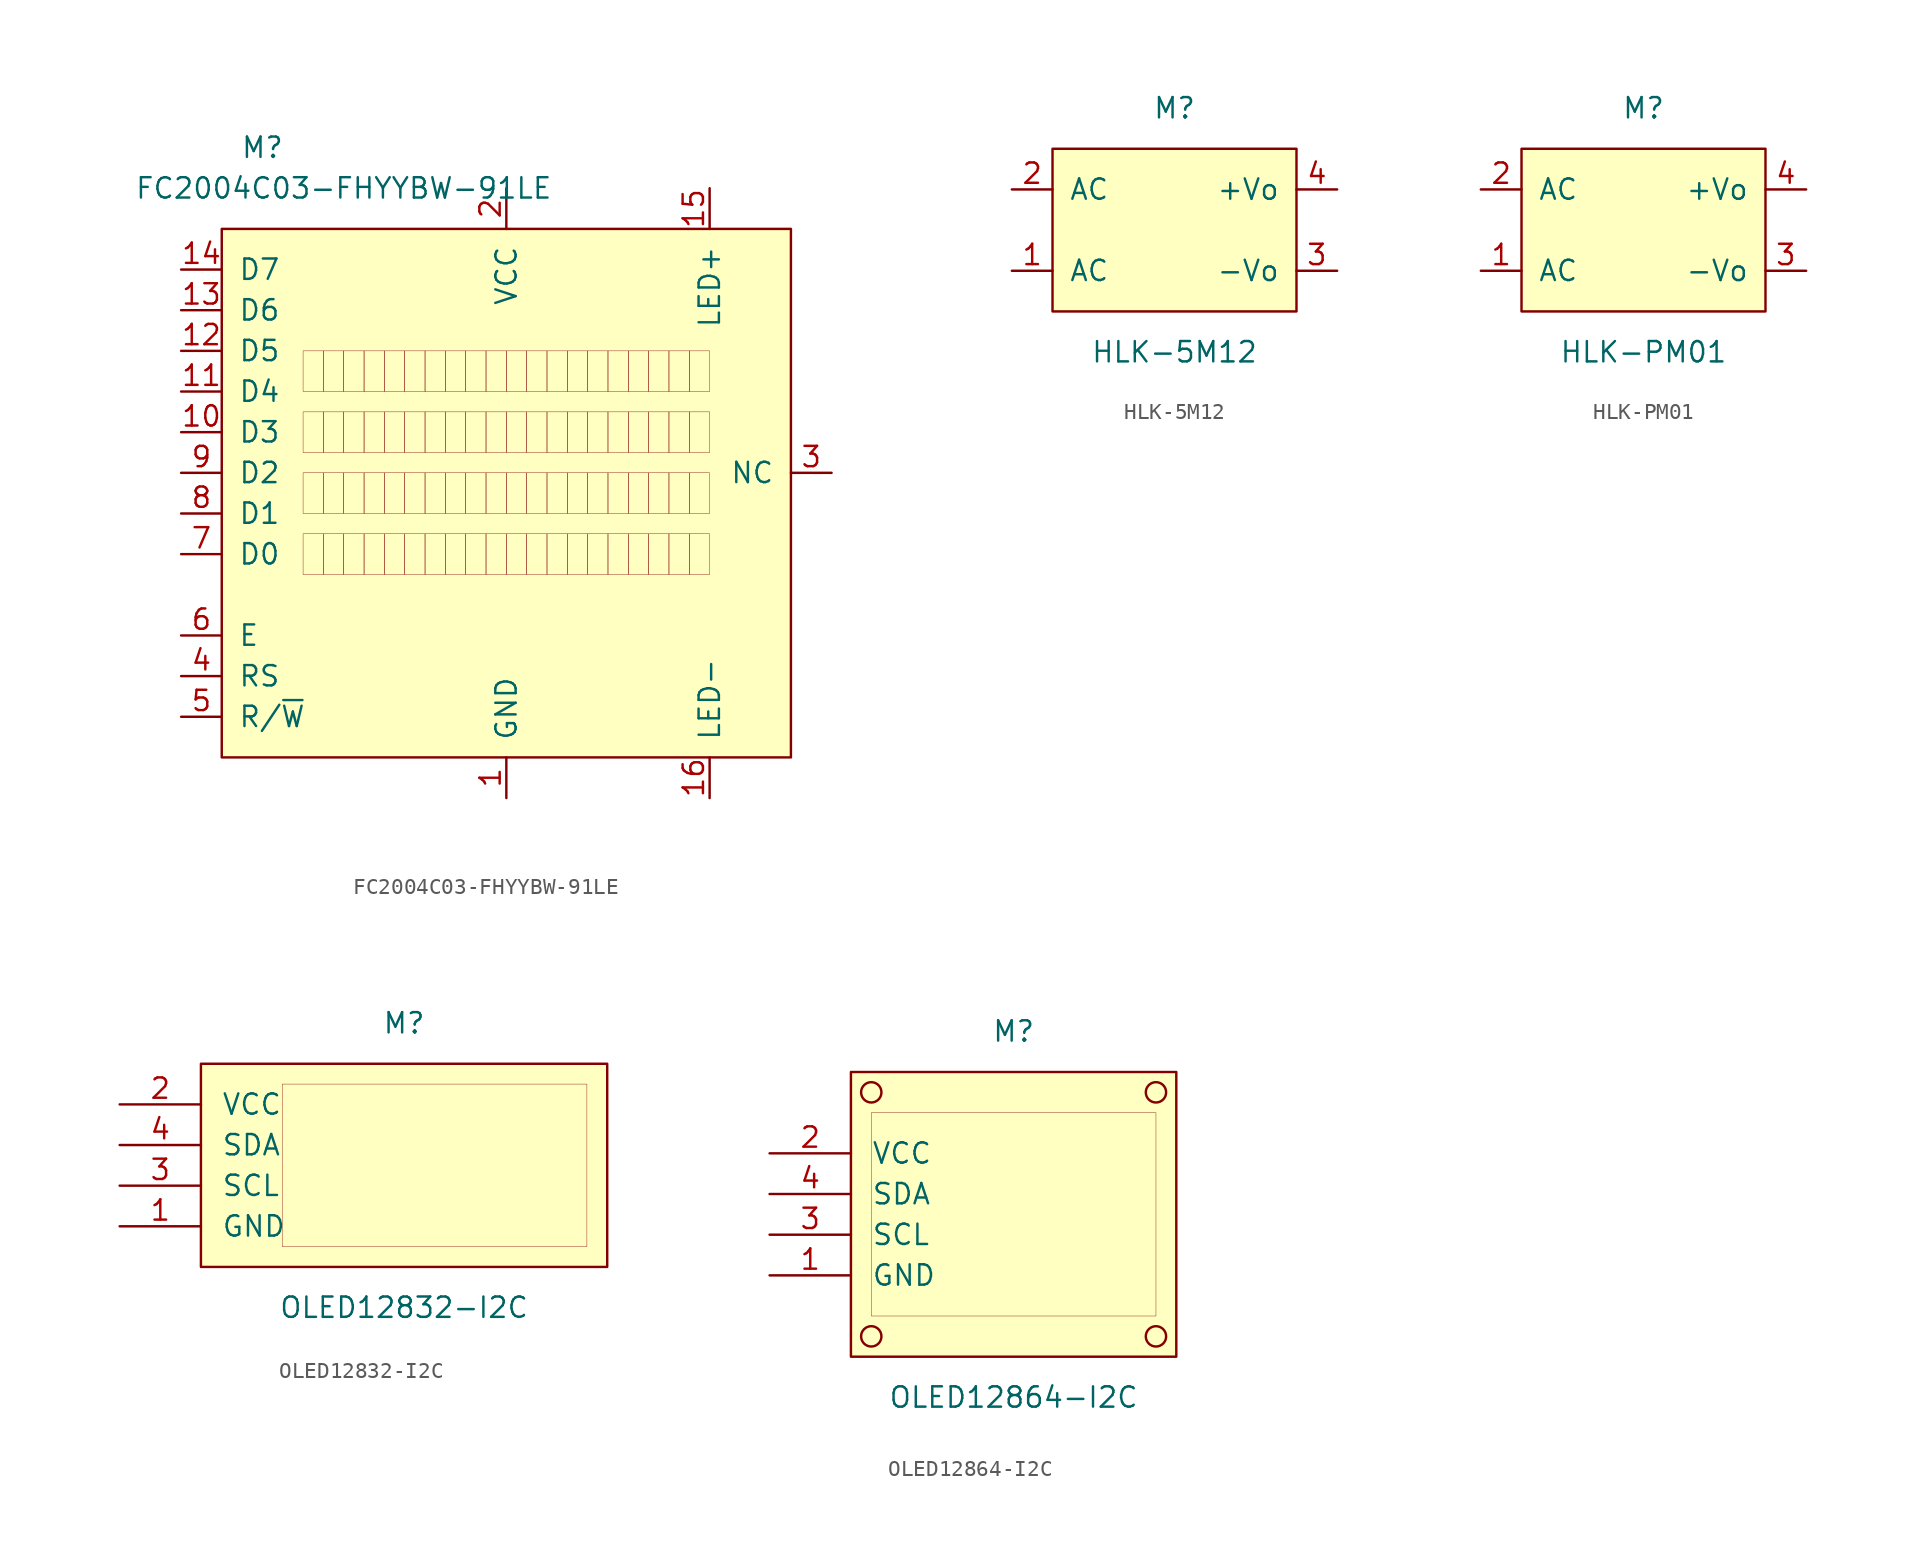
<source format=kicad_sym>
(kicad_symbol_lib
  (version 20211014)
  (generator kicad_symbol_editor)
  (symbol "FC2004C03-FHYYBW-91LE"
    (pin_names
      (offset 1.016))
    (property "Reference" "M"
      (at -15.24 20.32 0)
      (effects (font (size 1.27 1.27))))
    (property "Value" "FC2004C03-FHYYBW-91LE"
      (at -10.16 17.78 0)
      (effects (font (size 1.27 1.27))))
    (symbol "FC2004C03-FHYYBW-91LE_0_0"
      (pin power_in line (at 0 -20.32 90) (length 2.54) (name "GND" (effects (font (size 1.27 1.27)))) (number "1" (effects (font (size 1.27 1.27)))))
      (pin bidirectional line (at -20.32 2.54 0) (length 2.54) (name "D3" (effects (font (size 1.27 1.27)))) (number "10" (effects (font (size 1.27 1.27)))))
      (pin bidirectional line (at -20.32 5.08 0) (length 2.54) (name "D4" (effects (font (size 1.27 1.27)))) (number "11" (effects (font (size 1.27 1.27)))))
      (pin bidirectional line (at -20.32 7.62 0) (length 2.54) (name "D5" (effects (font (size 1.27 1.27)))) (number "12" (effects (font (size 1.27 1.27)))))
      (pin bidirectional line (at -20.32 10.16 0) (length 2.54) (name "D6" (effects (font (size 1.27 1.27)))) (number "13" (effects (font (size 1.27 1.27)))))
      (pin bidirectional line (at -20.32 12.7 0) (length 2.54) (name "D7" (effects (font (size 1.27 1.27)))) (number "14" (effects (font (size 1.27 1.27)))))
      (pin input line (at 12.7 17.78 270) (length 2.54) (name "LED+" (effects (font (size 1.27 1.27)))) (number "15" (effects (font (size 1.27 1.27)))))
      (pin input line (at 12.7 -20.32 90) (length 2.54) (name "LED-" (effects (font (size 1.27 1.27)))) (number "16" (effects (font (size 1.27 1.27)))))
      (pin power_in line (at 0 17.78 270) (length 2.54) (name "VCC" (effects (font (size 1.27 1.27)))) (number "2" (effects (font (size 1.27 1.27)))))
      (pin input line (at 20.32 0 180) (length 2.54) (name "NC" (effects (font (size 1.27 1.27)))) (number "3" (effects (font (size 1.27 1.27)))))
      (pin input line (at -20.32 -12.7 0) (length 2.54) (name "RS" (effects (font (size 1.27 1.27)))) (number "4" (effects (font (size 1.27 1.27)))))
      (pin input line (at -20.32 -15.24 0) (length 2.54) (name "R/~{W}" (effects (font (size 1.27 1.27)))) (number "5" (effects (font (size 1.27 1.27)))))
      (pin input line (at -20.32 -10.16 0) (length 2.54) (name "E" (effects (font (size 1.27 1.27)))) (number "6" (effects (font (size 1.27 1.27)))))
      (pin bidirectional line (at -20.32 -5.08 0) (length 2.54) (name "D0" (effects (font (size 1.27 1.27)))) (number "7" (effects (font (size 1.27 1.27)))))
      (pin bidirectional line (at -20.32 -2.54 0) (length 2.54) (name "D1" (effects (font (size 1.27 1.27)))) (number "8" (effects (font (size 1.27 1.27)))))
      (pin bidirectional line (at -20.32 0 0) (length 2.54) (name "D2" (effects (font (size 1.27 1.27)))) (number "9" (effects (font (size 1.27 1.27))))))
    (symbol "FC2004C03-FHYYBW-91LE_0_1"
      (rectangle (start -17.78 15.24) (end 17.78 -17.78) (stroke (width 0.152) (type default) (color 0 0 0 0)) (fill (type background)))
      (rectangle (start -12.7 7.62) (end -11.43 5.08) (stroke (width 0.025) (type default) (color 0 0 0 0)) (fill (type none)))
      (rectangle (start -11.43 7.62) (end -10.16 5.08) (stroke (width 0.025) (type default) (color 0 0 0 0)) (fill (type none))))
    (symbol "FC2004C03-FHYYBW-91LE_1_1"
      (rectangle (start -12.7 -3.81) (end -11.43 -6.35) (stroke (width 0.025) (type default) (color 0 0 0 0)) (fill (type none)))
      (rectangle (start -12.7 0) (end -11.43 -2.54) (stroke (width 0.025) (type default) (color 0 0 0 0)) (fill (type none)))
      (rectangle (start -12.7 3.81) (end -11.43 1.27) (stroke (width 0.025) (type default) (color 0 0 0 0)) (fill (type none)))
      (rectangle (start -11.43 -3.81) (end -10.16 -6.35) (stroke (width 0.025) (type default) (color 0 0 0 0)) (fill (type none)))
      (rectangle (start -11.43 0) (end -10.16 -2.54) (stroke (width 0.025) (type default) (color 0 0 0 0)) (fill (type none)))
      (rectangle (start -11.43 3.81) (end -10.16 1.27) (stroke (width 0.025) (type default) (color 0 0 0 0)) (fill (type none)))
      (rectangle (start -10.16 -3.81) (end -8.89 -6.35) (stroke (width 0.025) (type default) (color 0 0 0 0)) (fill (type none)))
      (rectangle (start -10.16 0) (end -8.89 -2.54) (stroke (width 0.025) (type default) (color 0 0 0 0)) (fill (type none)))
      (rectangle (start -10.16 3.81) (end -8.89 1.27) (stroke (width 0.025) (type default) (color 0 0 0 0)) (fill (type none)))
      (rectangle (start -10.16 7.62) (end -8.89 5.08) (stroke (width 0.025) (type default) (color 0 0 0 0)) (fill (type none)))
      (rectangle (start -8.89 -3.81) (end -7.62 -6.35) (stroke (width 0.025) (type default) (color 0 0 0 0)) (fill (type none)))
      (rectangle (start -8.89 0) (end -7.62 -2.54) (stroke (width 0.025) (type default) (color 0 0 0 0)) (fill (type none)))
      (rectangle (start -8.89 3.81) (end -7.62 1.27) (stroke (width 0.025) (type default) (color 0 0 0 0)) (fill (type none)))
      (rectangle (start -8.89 7.62) (end -7.62 5.08) (stroke (width 0.025) (type default) (color 0 0 0 0)) (fill (type none)))
      (rectangle (start -7.62 -3.81) (end -6.35 -6.35) (stroke (width 0.025) (type default) (color 0 0 0 0)) (fill (type none)))
      (rectangle (start -7.62 0) (end -6.35 -2.54) (stroke (width 0.025) (type default) (color 0 0 0 0)) (fill (type none)))
      (rectangle (start -7.62 3.81) (end -6.35 1.27) (stroke (width 0.025) (type default) (color 0 0 0 0)) (fill (type none)))
      (rectangle (start -7.62 7.62) (end -6.35 5.08) (stroke (width 0.025) (type default) (color 0 0 0 0)) (fill (type none)))
      (rectangle (start -6.35 -3.81) (end -5.08 -6.35) (stroke (width 0.025) (type default) (color 0 0 0 0)) (fill (type none)))
      (rectangle (start -6.35 0) (end -5.08 -2.54) (stroke (width 0.025) (type default) (color 0 0 0 0)) (fill (type none)))
      (rectangle (start -6.35 3.81) (end -5.08 1.27) (stroke (width 0.025) (type default) (color 0 0 0 0)) (fill (type none)))
      (rectangle (start -6.35 7.62) (end -5.08 5.08) (stroke (width 0.025) (type default) (color 0 0 0 0)) (fill (type none)))
      (rectangle (start -5.08 -3.81) (end -3.81 -6.35) (stroke (width 0.025) (type default) (color 0 0 0 0)) (fill (type none)))
      (rectangle (start -5.08 0) (end -3.81 -2.54) (stroke (width 0.025) (type default) (color 0 0 0 0)) (fill (type none)))
      (rectangle (start -5.08 3.81) (end -3.81 1.27) (stroke (width 0.025) (type default) (color 0 0 0 0)) (fill (type none)))
      (rectangle (start -5.08 7.62) (end -3.81 5.08) (stroke (width 0.025) (type default) (color 0 0 0 0)) (fill (type none)))
      (rectangle (start -3.81 -3.81) (end -2.54 -6.35) (stroke (width 0.025) (type default) (color 0 0 0 0)) (fill (type none)))
      (rectangle (start -3.81 0) (end -2.54 -2.54) (stroke (width 0.025) (type default) (color 0 0 0 0)) (fill (type none)))
      (rectangle (start -3.81 3.81) (end -2.54 1.27) (stroke (width 0.025) (type default) (color 0 0 0 0)) (fill (type none)))
      (rectangle (start -3.81 7.62) (end -2.54 5.08) (stroke (width 0.025) (type default) (color 0 0 0 0)) (fill (type none)))
      (rectangle (start -2.54 -3.81) (end -1.27 -6.35) (stroke (width 0.025) (type default) (color 0 0 0 0)) (fill (type none)))
      (rectangle (start -2.54 0) (end -1.27 -2.54) (stroke (width 0.025) (type default) (color 0 0 0 0)) (fill (type none)))
      (rectangle (start -2.54 3.81) (end -1.27 1.27) (stroke (width 0.025) (type default) (color 0 0 0 0)) (fill (type none)))
      (rectangle (start -2.54 7.62) (end -1.27 5.08) (stroke (width 0.025) (type default) (color 0 0 0 0)) (fill (type none)))
      (rectangle (start -1.27 -3.81) (end 0 -6.35) (stroke (width 0.025) (type default) (color 0 0 0 0)) (fill (type none)))
      (rectangle (start -1.27 0) (end 0 -2.54) (stroke (width 0.025) (type default) (color 0 0 0 0)) (fill (type none)))
      (rectangle (start -1.27 3.81) (end 0 1.27) (stroke (width 0.025) (type default) (color 0 0 0 0)) (fill (type none)))
      (rectangle (start -1.27 7.62) (end 0 5.08) (stroke (width 0.025) (type default) (color 0 0 0 0)) (fill (type none)))
      (rectangle (start 0 -3.81) (end 1.27 -6.35) (stroke (width 0.025) (type default) (color 0 0 0 0)) (fill (type none)))
      (rectangle (start 0 0) (end 1.27 -2.54) (stroke (width 0.025) (type default) (color 0 0 0 0)) (fill (type none)))
      (rectangle (start 0 3.81) (end 1.27 1.27) (stroke (width 0.025) (type default) (color 0 0 0 0)) (fill (type none)))
      (rectangle (start 0 7.62) (end 1.27 5.08) (stroke (width 0.025) (type default) (color 0 0 0 0)) (fill (type none)))
      (rectangle (start 1.27 -3.81) (end 2.54 -6.35) (stroke (width 0.025) (type default) (color 0 0 0 0)) (fill (type none)))
      (rectangle (start 1.27 0) (end 2.54 -2.54) (stroke (width 0.025) (type default) (color 0 0 0 0)) (fill (type none)))
      (rectangle (start 1.27 3.81) (end 2.54 1.27) (stroke (width 0.025) (type default) (color 0 0 0 0)) (fill (type none)))
      (rectangle (start 1.27 7.62) (end 2.54 5.08) (stroke (width 0.025) (type default) (color 0 0 0 0)) (fill (type none)))
      (rectangle (start 2.54 -3.81) (end 3.81 -6.35) (stroke (width 0.025) (type default) (color 0 0 0 0)) (fill (type none)))
      (rectangle (start 2.54 0) (end 3.81 -2.54) (stroke (width 0.025) (type default) (color 0 0 0 0)) (fill (type none)))
      (rectangle (start 2.54 3.81) (end 3.81 1.27) (stroke (width 0.025) (type default) (color 0 0 0 0)) (fill (type none)))
      (rectangle (start 2.54 7.62) (end 3.81 5.08) (stroke (width 0.025) (type default) (color 0 0 0 0)) (fill (type none)))
      (rectangle (start 3.81 -3.81) (end 5.08 -6.35) (stroke (width 0.025) (type default) (color 0 0 0 0)) (fill (type none)))
      (rectangle (start 3.81 0) (end 5.08 -2.54) (stroke (width 0.025) (type default) (color 0 0 0 0)) (fill (type none)))
      (rectangle (start 3.81 3.81) (end 5.08 1.27) (stroke (width 0.025) (type default) (color 0 0 0 0)) (fill (type none)))
      (rectangle (start 3.81 7.62) (end 5.08 5.08) (stroke (width 0.025) (type default) (color 0 0 0 0)) (fill (type none)))
      (rectangle (start 5.08 -3.81) (end 6.35 -6.35) (stroke (width 0.025) (type default) (color 0 0 0 0)) (fill (type none)))
      (rectangle (start 5.08 0) (end 6.35 -2.54) (stroke (width 0.025) (type default) (color 0 0 0 0)) (fill (type none)))
      (rectangle (start 5.08 3.81) (end 6.35 1.27) (stroke (width 0.025) (type default) (color 0 0 0 0)) (fill (type none)))
      (rectangle (start 5.08 7.62) (end 6.35 5.08) (stroke (width 0.025) (type default) (color 0 0 0 0)) (fill (type none)))
      (rectangle (start 6.35 -3.81) (end 7.62 -6.35) (stroke (width 0.025) (type default) (color 0 0 0 0)) (fill (type none)))
      (rectangle (start 6.35 0) (end 7.62 -2.54) (stroke (width 0.025) (type default) (color 0 0 0 0)) (fill (type none)))
      (rectangle (start 6.35 3.81) (end 7.62 1.27) (stroke (width 0.025) (type default) (color 0 0 0 0)) (fill (type none)))
      (rectangle (start 6.35 7.62) (end 7.62 5.08) (stroke (width 0.025) (type default) (color 0 0 0 0)) (fill (type none)))
      (rectangle (start 7.62 -3.81) (end 8.89 -6.35) (stroke (width 0.025) (type default) (color 0 0 0 0)) (fill (type none)))
      (rectangle (start 7.62 0) (end 8.89 -2.54) (stroke (width 0.025) (type default) (color 0 0 0 0)) (fill (type none)))
      (rectangle (start 7.62 3.81) (end 8.89 1.27) (stroke (width 0.025) (type default) (color 0 0 0 0)) (fill (type none)))
      (rectangle (start 7.62 7.62) (end 8.89 5.08) (stroke (width 0.025) (type default) (color 0 0 0 0)) (fill (type none)))
      (rectangle (start 8.89 -3.81) (end 10.16 -6.35) (stroke (width 0.025) (type default) (color 0 0 0 0)) (fill (type none)))
      (rectangle (start 8.89 0) (end 10.16 -2.54) (stroke (width 0.025) (type default) (color 0 0 0 0)) (fill (type none)))
      (rectangle (start 8.89 3.81) (end 10.16 1.27) (stroke (width 0.025) (type default) (color 0 0 0 0)) (fill (type none)))
      (rectangle (start 8.89 7.62) (end 10.16 5.08) (stroke (width 0.025) (type default) (color 0 0 0 0)) (fill (type none)))
      (rectangle (start 10.16 -3.81) (end 11.43 -6.35) (stroke (width 0.025) (type default) (color 0 0 0 0)) (fill (type none)))
      (rectangle (start 10.16 0) (end 11.43 -2.54) (stroke (width 0.025) (type default) (color 0 0 0 0)) (fill (type none)))
      (rectangle (start 10.16 3.81) (end 11.43 1.27) (stroke (width 0.025) (type default) (color 0 0 0 0)) (fill (type none)))
      (rectangle (start 10.16 7.62) (end 11.43 5.08) (stroke (width 0.025) (type default) (color 0 0 0 0)) (fill (type none)))
      (rectangle (start 11.43 -3.81) (end 12.7 -6.35) (stroke (width 0.025) (type default) (color 0 0 0 0)) (fill (type none)))
      (rectangle (start 11.43 0) (end 12.7 -2.54) (stroke (width 0.025) (type default) (color 0 0 0 0)) (fill (type none)))
      (rectangle (start 11.43 3.81) (end 12.7 1.27) (stroke (width 0.025) (type default) (color 0 0 0 0)) (fill (type none)))
      (rectangle (start 11.43 7.62) (end 12.7 5.08) (stroke (width 0.025) (type default) (color 0 0 0 0)) (fill (type none)))))
  (symbol "HLK-5M12"
    (pin_names
      (offset 1.016))
    (property "Reference" "M"
      (at 0 7.62 0)
      (effects (font (size 1.27 1.27))))
    (property "Value" "HLK-5M12"
      (at 0 -7.62 0)
      (effects (font (size 1.27 1.27))))
    (symbol "HLK-5M12_0_0"
      (pin power_in line (at -10.16 -2.54 0) (length 2.54) (name "AC" (effects (font (size 1.27 1.27)))) (number "1" (effects (font (size 1.27 1.27)))))
      (pin power_in line (at -10.16 2.54 0) (length 2.54) (name "AC" (effects (font (size 1.27 1.27)))) (number "2" (effects (font (size 1.27 1.27)))))
      (pin power_out line (at 10.16 -2.54 180) (length 2.54) (name "-Vo" (effects (font (size 1.27 1.27)))) (number "3" (effects (font (size 1.27 1.27)))))
      (pin power_out line (at 10.16 2.54 180) (length 2.54) (name "+Vo" (effects (font (size 1.27 1.27)))) (number "4" (effects (font (size 1.27 1.27))))))
    (symbol "HLK-5M12_0_1"
      (rectangle (start -7.62 5.08) (end 7.62 -5.08) (stroke (width 0.152) (type default) (color 0 0 0 0)) (fill (type background)))))
  (symbol "HLK-PM01"
    (pin_names
      (offset 1.016))
    (property "Reference" "M"
      (at 0 7.62 0)
      (effects (font (size 1.27 1.27))))
    (property "Value" "HLK-PM01"
      (at 0 -7.62 0)
      (effects (font (size 1.27 1.27))))
    (symbol "HLK-PM01_0_0"
      (pin power_in line (at -10.16 -2.54 0) (length 2.54) (name "AC" (effects (font (size 1.27 1.27)))) (number "1" (effects (font (size 1.27 1.27)))))
      (pin power_in line (at -10.16 2.54 0) (length 2.54) (name "AC" (effects (font (size 1.27 1.27)))) (number "2" (effects (font (size 1.27 1.27)))))
      (pin power_out line (at 10.16 -2.54 180) (length 2.54) (name "-Vo" (effects (font (size 1.27 1.27)))) (number "3" (effects (font (size 1.27 1.27)))))
      (pin power_out line (at 10.16 2.54 180) (length 2.54) (name "+Vo" (effects (font (size 1.27 1.27)))) (number "4" (effects (font (size 1.27 1.27))))))
    (symbol "HLK-PM01_0_1"
      (rectangle (start -7.62 5.08) (end 7.62 -5.08) (stroke (width 0.152) (type default) (color 0 0 0 0)) (fill (type background)))))
  (symbol "OLED12832-I2C"
    (pin_names
      (offset 1.27))
    (property "Reference" "M"
      (at 0 7.62 0)
      (effects (font (size 1.27 1.27))))
    (property "Value" "OLED12832-I2C"
      (at 0 -10.16 0)
      (effects (font (size 1.27 1.27))))
    (symbol "OLED12832-I2C_0_0"
      (pin power_in line (at -17.78 -5.08 0) (length 5.08) (name "GND" (effects (font (size 1.27 1.27)))) (number "1" (effects (font (size 1.27 1.27)))))
      (pin power_in line (at -17.78 2.54 0) (length 5.08) (name "VCC" (effects (font (size 1.27 1.27)))) (number "2" (effects (font (size 1.27 1.27)))))
      (pin bidirectional line (at -17.78 -2.54 0) (length 5.08) (name "SCL" (effects (font (size 1.27 1.27)))) (number "3" (effects (font (size 1.27 1.27)))))
      (pin bidirectional line (at -17.78 0 0) (length 5.08) (name "SDA" (effects (font (size 1.27 1.27)))) (number "4" (effects (font (size 1.27 1.27))))))
    (symbol "OLED12832-I2C_0_1"
      (rectangle (start -12.7 5.08) (end 12.7 -7.62) (stroke (width 0.152) (type default) (color 0 0 0 0)) (fill (type background)))
      (rectangle (start -7.62 3.81) (end 11.43 -6.35) (stroke (width 0.025) (type default) (color 0 0 0 0)) (fill (type none)))))
  (symbol "OLED12864-I2C"
    (pin_names
      (offset 1.27))
    (property "Reference" "M"
      (at 0 10.16 0)
      (effects (font (size 1.27 1.27))))
    (property "Value" "OLED12864-I2C"
      (at 0 -12.7 0)
      (effects (font (size 1.27 1.27))))
    (symbol "OLED12864-I2C_0_0"
      (pin power_in line (at -15.24 -5.08 0) (length 5.08) (name "GND" (effects (font (size 1.27 1.27)))) (number "1" (effects (font (size 1.27 1.27)))))
      (pin power_in line (at -15.24 2.54 0) (length 5.08) (name "VCC" (effects (font (size 1.27 1.27)))) (number "2" (effects (font (size 1.27 1.27)))))
      (pin bidirectional line (at -15.24 -2.54 0) (length 5.08) (name "SCL" (effects (font (size 1.27 1.27)))) (number "3" (effects (font (size 1.27 1.27)))))
      (pin bidirectional line (at -15.24 0 0) (length 5.08) (name "SDA" (effects (font (size 1.27 1.27)))) (number "4" (effects (font (size 1.27 1.27))))))
    (symbol "OLED12864-I2C_0_1"
      (rectangle (start -10.16 7.62) (end 10.16 -10.16) (stroke (width 0.152) (type default) (color 0 0 0 0)) (fill (type background)))
      (circle (center -8.89 -8.89) (radius 0.635) (stroke (width 0) (type default) (color 0 0 0 0)) (fill (type none)))
      (rectangle (start -8.89 5.08) (end 8.89 -7.62) (stroke (width 0.025) (type default) (color 0 0 0 0)) (fill (type none)))
      (circle (center -8.89 6.35) (radius 0.635) (stroke (width 0) (type default) (color 0 0 0 0)) (fill (type none)))
      (circle (center 8.89 -8.89) (radius 0.635) (stroke (width 0) (type default) (color 0 0 0 0)) (fill (type none)))
      (circle (center 8.89 6.35) (radius 0.635) (stroke (width 0) (type default) (color 0 0 0 0)) (fill (type none))))))
</source>
